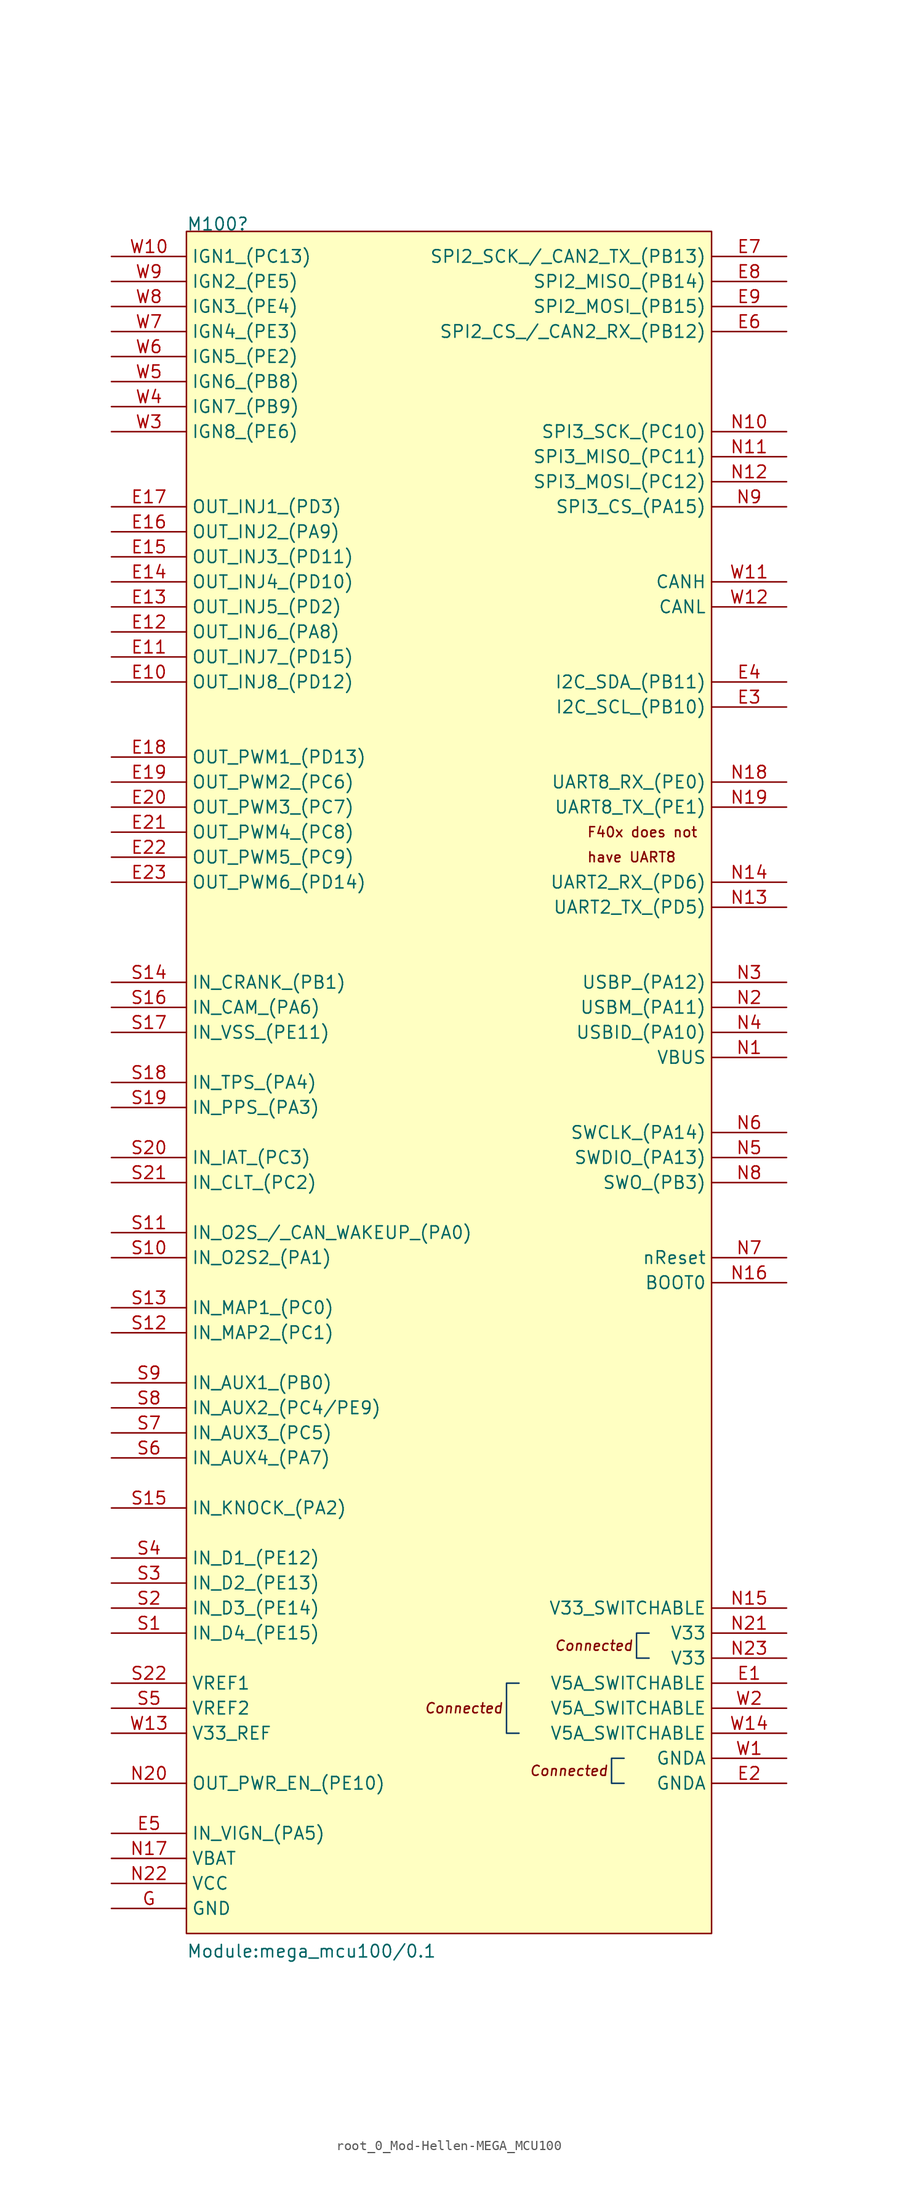
<source format=kicad_sym>
(kicad_symbol_lib
  (version 20220914)
  (generator kicad_symbol_editor)
  (symbol "root_0_Mod-Hellen-MEGA_MCU100"
    (property "Reference" "M100"
      (at 7.62 2.54 0)
      (effects (font (size 1.27 1.27)) (justify left bottom)))
    (property "Value" "Module:mega_mcu100/0.1"
      (at 7.62 -172.72 0)
      (effects (font (size 1.27 1.27)) (justify left bottom)))
    (symbol "root_0_Mod-Hellen-MEGA_MCU100_1_0"
      (polyline (pts (xy 41.402 -144.78) (xy 40.132 -144.78) (xy 40.132 -149.86) (xy 41.402 -149.86)) (stroke (width 0) (type solid) (color 7 55 99 1)) (fill (type none)))
      (polyline (pts (xy 52.07 -152.4) (xy 50.8 -152.4) (xy 50.8 -154.94) (xy 52.07 -154.94)) (stroke (width 0) (type solid) (color 7 55 99 1)) (fill (type none)))
      (polyline (pts (xy 54.61 -139.7) (xy 53.34 -139.7) (xy 53.34 -142.24) (xy 54.61 -142.24)) (stroke (width 0) (type solid) (color 7 55 99 1)) (fill (type none)))
      (rectangle (start 60.96 2.54) (end 7.62 -170.18) (stroke (width 0) (type solid)) (fill (type background)))
      (text "Connected" (at 31.75 -147.32 0) (effects (font (size 1.016 1.016) italic) (justify left)))
      (text "Connected" (at 42.418 -153.67 0) (effects (font (size 1.016 1.016) italic) (justify left)))
      (text "Connected" (at 44.958 -140.97 0) (effects (font (size 1.016 1.016) italic) (justify left)))
      (text "F40x does not" (at 48.26 -58.42 0) (effects (font (size 1.016 1.016)) (justify left)))
      (text "have UART8" (at 48.26 -60.96 0) (effects (font (size 1.016 1.016)) (justify left)))
      (pin passive line (at 68.58 -144.78 180) (length 7.62) (name "V5A_SWITCHABLE" (effects (font (size 1.27 1.27)))) (number "E1" (effects (font (size 1.27 1.27)))))
      (pin passive line (at 0 -43.18 0) (length 7.62) (name "OUT_INJ8_(PD12)" (effects (font (size 1.27 1.27)))) (number "E10" (effects (font (size 1.27 1.27)))))
      (pin passive line (at 0 -40.64 0) (length 7.62) (name "OUT_INJ7_(PD15)" (effects (font (size 1.27 1.27)))) (number "E11" (effects (font (size 1.27 1.27)))))
      (pin passive line (at 0 -38.1 0) (length 7.62) (name "OUT_INJ6_(PA8)" (effects (font (size 1.27 1.27)))) (number "E12" (effects (font (size 1.27 1.27)))))
      (pin passive line (at 0 -35.56 0) (length 7.62) (name "OUT_INJ5_(PD2)" (effects (font (size 1.27 1.27)))) (number "E13" (effects (font (size 1.27 1.27)))))
      (pin passive line (at 0 -33.02 0) (length 7.62) (name "OUT_INJ4_(PD10)" (effects (font (size 1.27 1.27)))) (number "E14" (effects (font (size 1.27 1.27)))))
      (pin passive line (at 0 -30.48 0) (length 7.62) (name "OUT_INJ3_(PD11)" (effects (font (size 1.27 1.27)))) (number "E15" (effects (font (size 1.27 1.27)))))
      (pin passive line (at 0 -27.94 0) (length 7.62) (name "OUT_INJ2_(PA9)" (effects (font (size 1.27 1.27)))) (number "E16" (effects (font (size 1.27 1.27)))))
      (pin passive line (at 0 -25.4 0) (length 7.62) (name "OUT_INJ1_(PD3)" (effects (font (size 1.27 1.27)))) (number "E17" (effects (font (size 1.27 1.27)))))
      (pin passive line (at 0 -50.8 0) (length 7.62) (name "OUT_PWM1_(PD13)" (effects (font (size 1.27 1.27)))) (number "E18" (effects (font (size 1.27 1.27)))))
      (pin passive line (at 0 -53.34 0) (length 7.62) (name "OUT_PWM2_(PC6)" (effects (font (size 1.27 1.27)))) (number "E19" (effects (font (size 1.27 1.27)))))
      (pin passive line (at 68.58 -154.94 180) (length 7.62) (name "GNDA" (effects (font (size 1.27 1.27)))) (number "E2" (effects (font (size 1.27 1.27)))))
      (pin passive line (at 0 -55.88 0) (length 7.62) (name "OUT_PWM3_(PC7)" (effects (font (size 1.27 1.27)))) (number "E20" (effects (font (size 1.27 1.27)))))
      (pin passive line (at 0 -58.42 0) (length 7.62) (name "OUT_PWM4_(PC8)" (effects (font (size 1.27 1.27)))) (number "E21" (effects (font (size 1.27 1.27)))))
      (pin passive line (at 0 -60.96 0) (length 7.62) (name "OUT_PWM5_(PC9)" (effects (font (size 1.27 1.27)))) (number "E22" (effects (font (size 1.27 1.27)))))
      (pin passive line (at 0 -63.5 0) (length 7.62) (name "OUT_PWM6_(PD14)" (effects (font (size 1.27 1.27)))) (number "E23" (effects (font (size 1.27 1.27)))))
      (pin passive line (at 68.58 -45.72 180) (length 7.62) (name "I2C_SCL_(PB10)" (effects (font (size 1.27 1.27)))) (number "E3" (effects (font (size 1.27 1.27)))))
      (pin passive line (at 68.58 -43.18 180) (length 7.62) (name "I2C_SDA_(PB11)" (effects (font (size 1.27 1.27)))) (number "E4" (effects (font (size 1.27 1.27)))))
      (pin passive line (at 0 -160.02 0) (length 7.62) (name "IN_VIGN_(PA5)" (effects (font (size 1.27 1.27)))) (number "E5" (effects (font (size 1.27 1.27)))))
      (pin passive line (at 68.58 -7.62 180) (length 7.62) (name "SPI2_CS_/_CAN2_RX_(PB12)" (effects (font (size 1.27 1.27)))) (number "E6" (effects (font (size 1.27 1.27)))))
      (pin passive line (at 68.58 0 180) (length 7.62) (name "SPI2_SCK_/_CAN2_TX_(PB13)" (effects (font (size 1.27 1.27)))) (number "E7" (effects (font (size 1.27 1.27)))))
      (pin passive line (at 68.58 -2.54 180) (length 7.62) (name "SPI2_MISO_(PB14)" (effects (font (size 1.27 1.27)))) (number "E8" (effects (font (size 1.27 1.27)))))
      (pin passive line (at 68.58 -5.08 180) (length 7.62) (name "SPI2_MOSI_(PB15)" (effects (font (size 1.27 1.27)))) (number "E9" (effects (font (size 1.27 1.27)))))
      (pin passive line (at 0 -167.64 0) (length 7.62) (name "GND" (effects (font (size 1.27 1.27)))) (number "G" (effects (font (size 1.27 1.27)))))
      (pin passive line (at 68.58 -81.28 180) (length 7.62) (name "VBUS" (effects (font (size 1.27 1.27)))) (number "N1" (effects (font (size 1.27 1.27)))))
      (pin passive line (at 68.58 -17.78 180) (length 7.62) (name "SPI3_SCK_(PC10)" (effects (font (size 1.27 1.27)))) (number "N10" (effects (font (size 1.27 1.27)))))
      (pin passive line (at 68.58 -20.32 180) (length 7.62) (name "SPI3_MISO_(PC11)" (effects (font (size 1.27 1.27)))) (number "N11" (effects (font (size 1.27 1.27)))))
      (pin passive line (at 68.58 -22.86 180) (length 7.62) (name "SPI3_MOSI_(PC12)" (effects (font (size 1.27 1.27)))) (number "N12" (effects (font (size 1.27 1.27)))))
      (pin passive line (at 68.58 -66.04 180) (length 7.62) (name "UART2_TX_(PD5)" (effects (font (size 1.27 1.27)))) (number "N13" (effects (font (size 1.27 1.27)))))
      (pin passive line (at 68.58 -63.5 180) (length 7.62) (name "UART2_RX_(PD6)" (effects (font (size 1.27 1.27)))) (number "N14" (effects (font (size 1.27 1.27)))))
      (pin passive line (at 68.58 -137.16 180) (length 7.62) (name "V33_SWITCHABLE" (effects (font (size 1.27 1.27)))) (number "N15" (effects (font (size 1.27 1.27)))))
      (pin passive line (at 68.58 -104.14 180) (length 7.62) (name "BOOT0" (effects (font (size 1.27 1.27)))) (number "N16" (effects (font (size 1.27 1.27)))))
      (pin passive line (at 0 -162.56 0) (length 7.62) (name "VBAT" (effects (font (size 1.27 1.27)))) (number "N17" (effects (font (size 1.27 1.27)))))
      (pin passive line (at 68.58 -53.34 180) (length 7.62) (name "UART8_RX_(PE0)" (effects (font (size 1.27 1.27)))) (number "N18" (effects (font (size 1.27 1.27)))))
      (pin passive line (at 68.58 -55.88 180) (length 7.62) (name "UART8_TX_(PE1)" (effects (font (size 1.27 1.27)))) (number "N19" (effects (font (size 1.27 1.27)))))
      (pin passive line (at 68.58 -76.2 180) (length 7.62) (name "USBM_(PA11)" (effects (font (size 1.27 1.27)))) (number "N2" (effects (font (size 1.27 1.27)))))
      (pin passive line (at 0 -154.94 0) (length 7.62) (name "OUT_PWR_EN_(PE10)" (effects (font (size 1.27 1.27)))) (number "N20" (effects (font (size 1.27 1.27)))))
      (pin passive line (at 68.58 -139.7 180) (length 7.62) (name "V33" (effects (font (size 1.27 1.27)))) (number "N21" (effects (font (size 1.27 1.27)))))
      (pin passive line (at 0 -165.1 0) (length 7.62) (name "VCC" (effects (font (size 1.27 1.27)))) (number "N22" (effects (font (size 1.27 1.27)))))
      (pin passive line (at 68.58 -142.24 180) (length 7.62) (name "V33" (effects (font (size 1.27 1.27)))) (number "N23" (effects (font (size 1.27 1.27)))))
      (pin passive line (at 68.58 -73.66 180) (length 7.62) (name "USBP_(PA12)" (effects (font (size 1.27 1.27)))) (number "N3" (effects (font (size 1.27 1.27)))))
      (pin passive line (at 68.58 -78.74 180) (length 7.62) (name "USBID_(PA10)" (effects (font (size 1.27 1.27)))) (number "N4" (effects (font (size 1.27 1.27)))))
      (pin passive line (at 68.58 -91.44 180) (length 7.62) (name "SWDIO_(PA13)" (effects (font (size 1.27 1.27)))) (number "N5" (effects (font (size 1.27 1.27)))))
      (pin passive line (at 68.58 -88.9 180) (length 7.62) (name "SWCLK_(PA14)" (effects (font (size 1.27 1.27)))) (number "N6" (effects (font (size 1.27 1.27)))))
      (pin passive line (at 68.58 -101.6 180) (length 7.62) (name "nReset" (effects (font (size 1.27 1.27)))) (number "N7" (effects (font (size 1.27 1.27)))))
      (pin passive line (at 68.58 -93.98 180) (length 7.62) (name "SWO_(PB3)" (effects (font (size 1.27 1.27)))) (number "N8" (effects (font (size 1.27 1.27)))))
      (pin passive line (at 68.58 -25.4 180) (length 7.62) (name "SPI3_CS_(PA15)" (effects (font (size 1.27 1.27)))) (number "N9" (effects (font (size 1.27 1.27)))))
      (pin passive line (at 0 -139.7 0) (length 7.62) (name "IN_D4_(PE15)" (effects (font (size 1.27 1.27)))) (number "S1" (effects (font (size 1.27 1.27)))))
      (pin passive line (at 0 -101.6 0) (length 7.62) (name "IN_O2S2_(PA1)" (effects (font (size 1.27 1.27)))) (number "S10" (effects (font (size 1.27 1.27)))))
      (pin passive line (at 0 -99.06 0) (length 7.62) (name "IN_O2S_/_CAN_WAKEUP_(PA0)" (effects (font (size 1.27 1.27)))) (number "S11" (effects (font (size 1.27 1.27)))))
      (pin passive line (at 0 -109.22 0) (length 7.62) (name "IN_MAP2_(PC1)" (effects (font (size 1.27 1.27)))) (number "S12" (effects (font (size 1.27 1.27)))))
      (pin passive line (at 0 -106.68 0) (length 7.62) (name "IN_MAP1_(PC0)" (effects (font (size 1.27 1.27)))) (number "S13" (effects (font (size 1.27 1.27)))))
      (pin passive line (at 0 -73.66 0) (length 7.62) (name "IN_CRANK_(PB1)" (effects (font (size 1.27 1.27)))) (number "S14" (effects (font (size 1.27 1.27)))))
      (pin passive line (at 0 -127 0) (length 7.62) (name "IN_KNOCK_(PA2)" (effects (font (size 1.27 1.27)))) (number "S15" (effects (font (size 1.27 1.27)))))
      (pin passive line (at 0 -76.2 0) (length 7.62) (name "IN_CAM_(PA6)" (effects (font (size 1.27 1.27)))) (number "S16" (effects (font (size 1.27 1.27)))))
      (pin passive line (at 0 -78.74 0) (length 7.62) (name "IN_VSS_(PE11)" (effects (font (size 1.27 1.27)))) (number "S17" (effects (font (size 1.27 1.27)))))
      (pin passive line (at 0 -83.82 0) (length 7.62) (name "IN_TPS_(PA4)" (effects (font (size 1.27 1.27)))) (number "S18" (effects (font (size 1.27 1.27)))))
      (pin passive line (at 0 -86.36 0) (length 7.62) (name "IN_PPS_(PA3)" (effects (font (size 1.27 1.27)))) (number "S19" (effects (font (size 1.27 1.27)))))
      (pin passive line (at 0 -137.16 0) (length 7.62) (name "IN_D3_(PE14)" (effects (font (size 1.27 1.27)))) (number "S2" (effects (font (size 1.27 1.27)))))
      (pin passive line (at 0 -91.44 0) (length 7.62) (name "IN_IAT_(PC3)" (effects (font (size 1.27 1.27)))) (number "S20" (effects (font (size 1.27 1.27)))))
      (pin passive line (at 0 -93.98 0) (length 7.62) (name "IN_CLT_(PC2)" (effects (font (size 1.27 1.27)))) (number "S21" (effects (font (size 1.27 1.27)))))
      (pin passive line (at 0 -144.78 0) (length 7.62) (name "VREF1" (effects (font (size 1.27 1.27)))) (number "S22" (effects (font (size 1.27 1.27)))))
      (pin passive line (at 0 -134.62 0) (length 7.62) (name "IN_D2_(PE13)" (effects (font (size 1.27 1.27)))) (number "S3" (effects (font (size 1.27 1.27)))))
      (pin passive line (at 0 -132.08 0) (length 7.62) (name "IN_D1_(PE12)" (effects (font (size 1.27 1.27)))) (number "S4" (effects (font (size 1.27 1.27)))))
      (pin passive line (at 0 -147.32 0) (length 7.62) (name "VREF2" (effects (font (size 1.27 1.27)))) (number "S5" (effects (font (size 1.27 1.27)))))
      (pin passive line (at 0 -121.92 0) (length 7.62) (name "IN_AUX4_(PA7)" (effects (font (size 1.27 1.27)))) (number "S6" (effects (font (size 1.27 1.27)))))
      (pin passive line (at 0 -119.38 0) (length 7.62) (name "IN_AUX3_(PC5)" (effects (font (size 1.27 1.27)))) (number "S7" (effects (font (size 1.27 1.27)))))
      (pin passive line (at 0 -116.84 0) (length 7.62) (name "IN_AUX2_(PC4/PE9)" (effects (font (size 1.27 1.27)))) (number "S8" (effects (font (size 1.27 1.27)))))
      (pin passive line (at 0 -114.3 0) (length 7.62) (name "IN_AUX1_(PB0)" (effects (font (size 1.27 1.27)))) (number "S9" (effects (font (size 1.27 1.27)))))
      (pin passive line (at 68.58 -152.4 180) (length 7.62) (name "GNDA" (effects (font (size 1.27 1.27)))) (number "W1" (effects (font (size 1.27 1.27)))))
      (pin passive line (at 0 0 0) (length 7.62) (name "IGN1_(PC13)" (effects (font (size 1.27 1.27)))) (number "W10" (effects (font (size 1.27 1.27)))))
      (pin passive line (at 68.58 -33.02 180) (length 7.62) (name "CANH" (effects (font (size 1.27 1.27)))) (number "W11" (effects (font (size 1.27 1.27)))))
      (pin passive line (at 68.58 -35.56 180) (length 7.62) (name "CANL" (effects (font (size 1.27 1.27)))) (number "W12" (effects (font (size 1.27 1.27)))))
      (pin passive line (at 0 -149.86 0) (length 7.62) (name "V33_REF" (effects (font (size 1.27 1.27)))) (number "W13" (effects (font (size 1.27 1.27)))))
      (pin passive line (at 68.58 -149.86 180) (length 7.62) (name "V5A_SWITCHABLE" (effects (font (size 1.27 1.27)))) (number "W14" (effects (font (size 1.27 1.27)))))
      (pin passive line (at 68.58 -147.32 180) (length 7.62) (name "V5A_SWITCHABLE" (effects (font (size 1.27 1.27)))) (number "W2" (effects (font (size 1.27 1.27)))))
      (pin passive line (at 0 -17.78 0) (length 7.62) (name "IGN8_(PE6)" (effects (font (size 1.27 1.27)))) (number "W3" (effects (font (size 1.27 1.27)))))
      (pin passive line (at 0 -15.24 0) (length 7.62) (name "IGN7_(PB9)" (effects (font (size 1.27 1.27)))) (number "W4" (effects (font (size 1.27 1.27)))))
      (pin passive line (at 0 -12.7 0) (length 7.62) (name "IGN6_(PB8)" (effects (font (size 1.27 1.27)))) (number "W5" (effects (font (size 1.27 1.27)))))
      (pin passive line (at 0 -10.16 0) (length 7.62) (name "IGN5_(PE2)" (effects (font (size 1.27 1.27)))) (number "W6" (effects (font (size 1.27 1.27)))))
      (pin passive line (at 0 -7.62 0) (length 7.62) (name "IGN4_(PE3)" (effects (font (size 1.27 1.27)))) (number "W7" (effects (font (size 1.27 1.27)))))
      (pin passive line (at 0 -5.08 0) (length 7.62) (name "IGN3_(PE4)" (effects (font (size 1.27 1.27)))) (number "W8" (effects (font (size 1.27 1.27)))))
      (pin passive line (at 0 -2.54 0) (length 7.62) (name "IGN2_(PE5)" (effects (font (size 1.27 1.27)))) (number "W9" (effects (font (size 1.27 1.27))))))))
</source>
